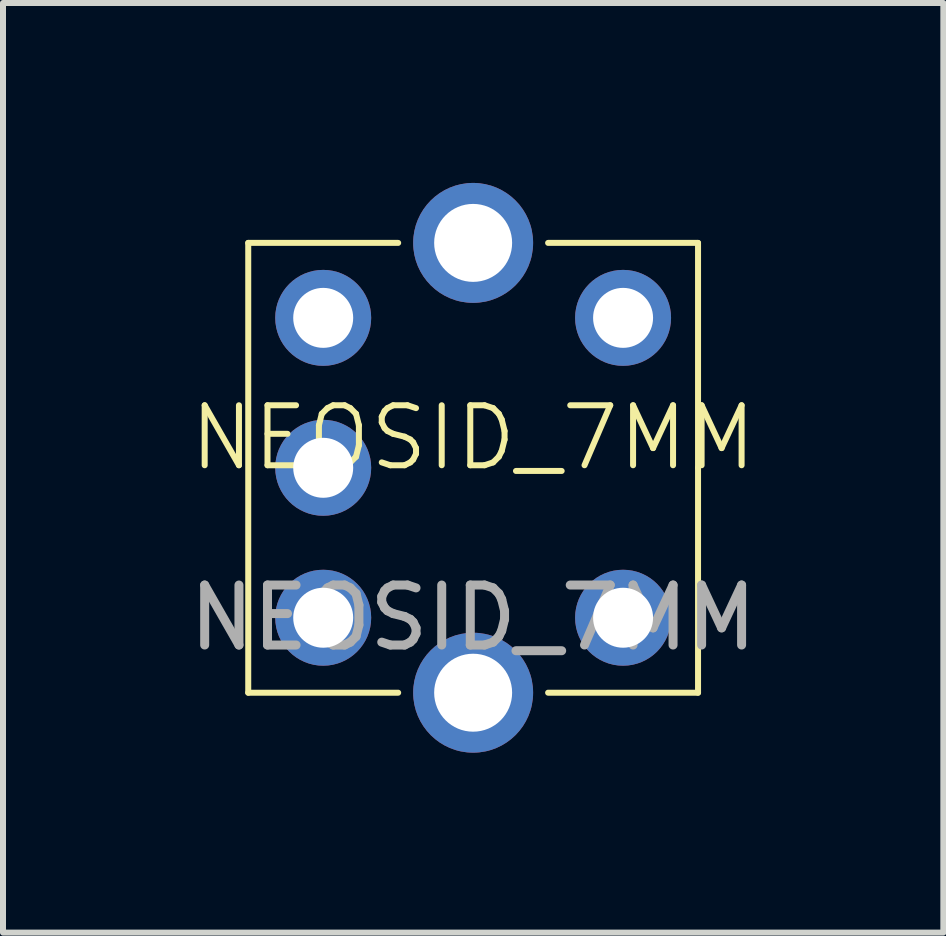
<source format=kicad_pcb>
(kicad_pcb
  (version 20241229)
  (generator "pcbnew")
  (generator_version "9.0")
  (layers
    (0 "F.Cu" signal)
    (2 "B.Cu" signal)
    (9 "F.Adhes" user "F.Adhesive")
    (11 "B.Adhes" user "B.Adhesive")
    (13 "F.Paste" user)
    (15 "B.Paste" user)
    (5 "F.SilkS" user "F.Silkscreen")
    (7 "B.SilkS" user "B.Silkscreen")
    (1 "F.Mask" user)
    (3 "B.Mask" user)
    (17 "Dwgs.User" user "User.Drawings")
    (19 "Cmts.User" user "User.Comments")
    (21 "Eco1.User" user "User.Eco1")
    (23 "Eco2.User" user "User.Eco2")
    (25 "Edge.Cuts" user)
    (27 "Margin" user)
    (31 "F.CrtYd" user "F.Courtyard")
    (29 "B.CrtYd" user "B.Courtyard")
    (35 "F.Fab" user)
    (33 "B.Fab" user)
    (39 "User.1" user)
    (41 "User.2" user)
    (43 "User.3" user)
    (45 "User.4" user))
  (footprint "NEOSID_7MM"
    (layer "F.Cu")
    (at 4.839 4.75)
    (property "Reference" "NEOSID_7MM" (at 0 -0.5 0) (unlocked yes) (layer "F.SilkS") (effects (font (size 1 1) (thickness 0.1))))
    (attr through_hole)
    (fp_line (start -3.75 -3.75) (end -3.75 3.75) (stroke (width 0.1) (type default)) (layer "F.SilkS"))
    (fp_line (start -3.75 3.75) (end -1.25 3.75) (stroke (width 0.1) (type default)) (layer "F.SilkS"))
    (fp_line (start -1.25 -3.75) (end -3.75 -3.75) (stroke (width 0.1) (type default)) (layer "F.SilkS"))
    (fp_line (start 1.25 3.75) (end 3.75 3.75) (stroke (width 0.1) (type default)) (layer "F.SilkS"))
    (fp_line (start 3.75 -3.75) (end 1.25 -3.75) (stroke (width 0.1) (type default)) (layer "F.SilkS"))
    (fp_line (start 3.75 0) (end 3.75 -3.75) (stroke (width 0.1) (type default)) (layer "F.SilkS"))
    (fp_line (start 3.75 3.75) (end 3.75 0) (stroke (width 0.1) (type default)) (layer "F.SilkS"))
    (fp_text user "${REFERENCE}" (at 0 2.5 0) (unlocked yes) (layer "F.Fab") (effects (font (size 1 1) (thickness 0.15))))
    (pad "1" thru_hole circle (at 2.5 -2.5) (size 1.6 1.6) (drill 1) (layers "*.Cu" "*.Mask"))
    (pad "2" thru_hole circle (at -2.5 -2.5) (size 1.6 1.6) (drill 1) (layers "*.Cu" "*.Mask"))
    (pad "3" thru_hole circle (at -2.5 0) (size 1.6 1.6) (drill 1) (layers "*.Cu" "*.Mask"))
    (pad "4" thru_hole circle (at -2.5 2.5) (size 1.6 1.6) (drill 1) (layers "*.Cu" "*.Mask"))
    (pad "5" thru_hole circle (at 2.5 2.5) (size 1.6 1.6) (drill 1) (layers "*.Cu" "*.Mask"))
    (pad "6" thru_hole circle (at 0 -3.75) (size 2 2) (drill 1.3) (layers "*.Cu" "*.Mask"))
    (pad "6" thru_hole circle (at 0 3.75) (size 2 2) (drill 1.3) (layers "*.Cu" "*.Mask")))
  (gr_rect
    (start -3 -3)
    (end 12.679 12.5)
    (stroke (width 0.1) (type default))
    (fill no)
    (layer "Edge.Cuts")))
</source>
